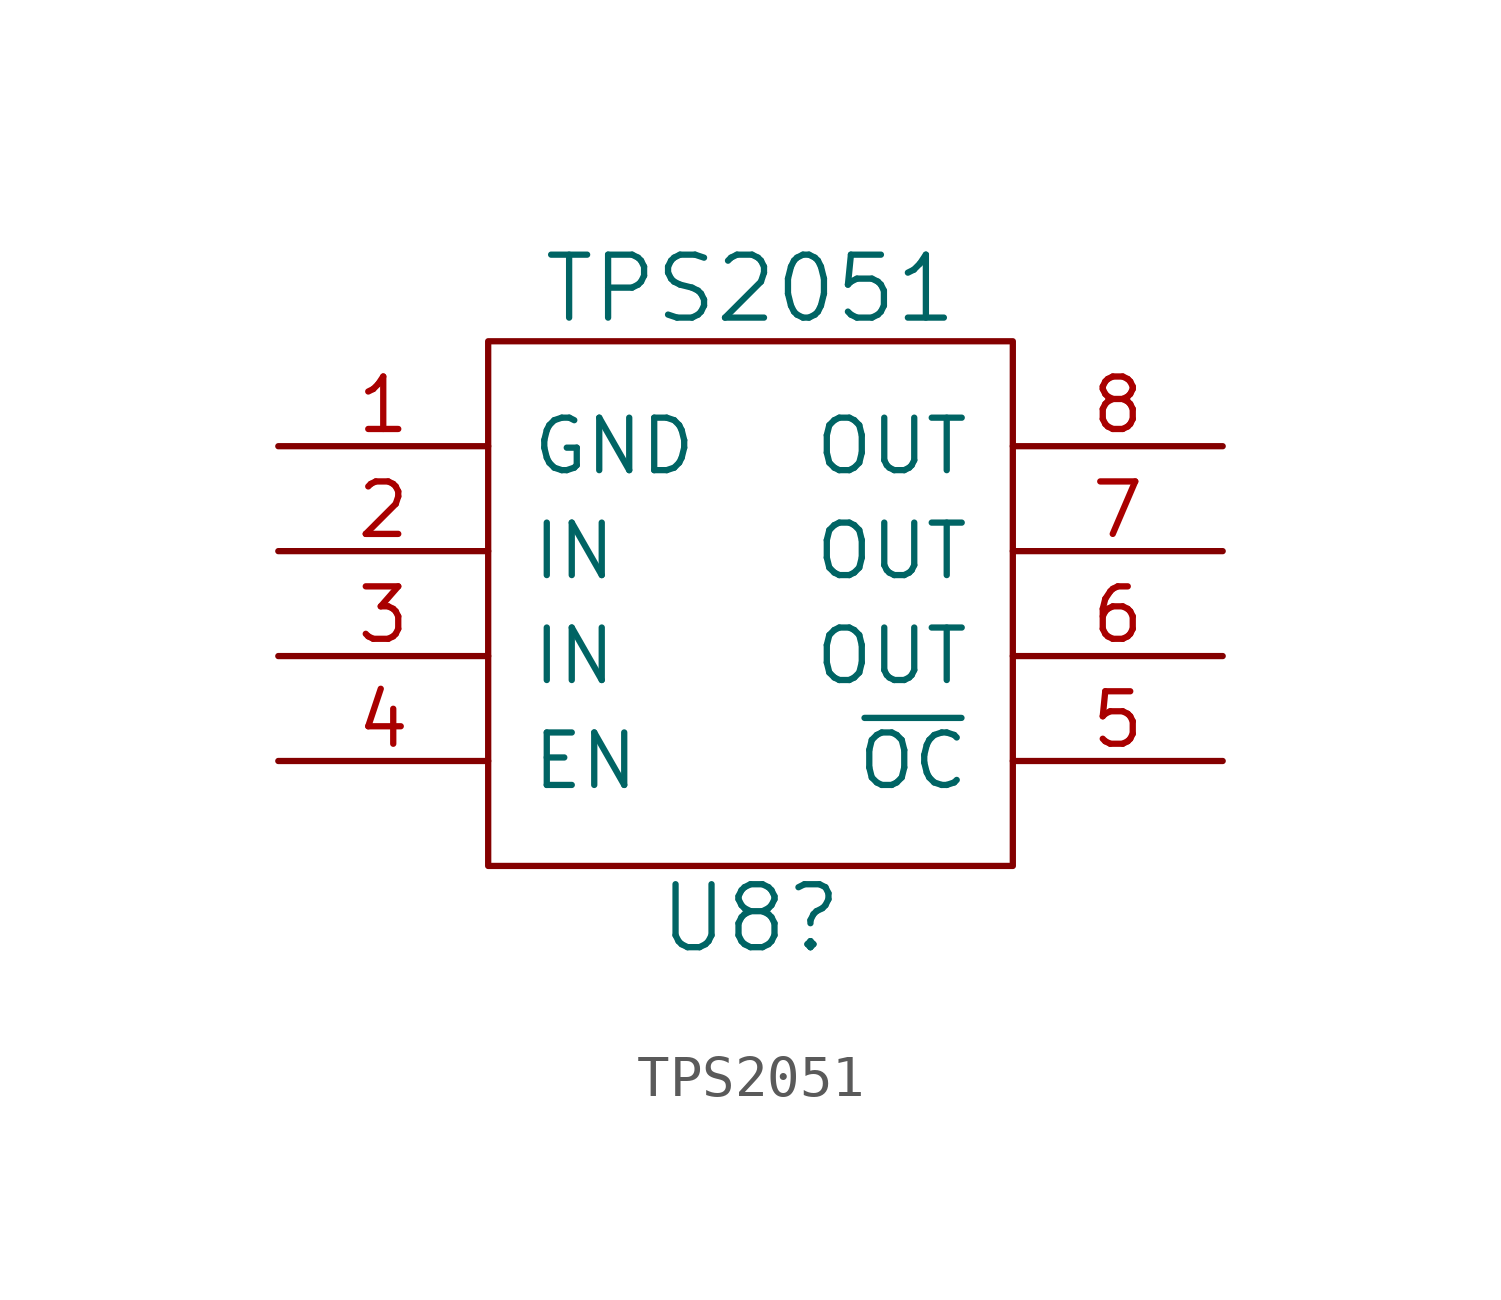
<source format=kicad_sym>
(kicad_symbol_lib
  (version 20211014)
  (generator kicad_symbol_editor)
  (symbol "TPS2051"
    (pin_names
      (offset 1.016))
    (property "Reference" "U8"
      (at 0 -7.62 0)
      (effects (font (size 1.524 1.524))))
    (property "Value" "TPS2051"
      (at 0 7.62 0)
      (effects (font (size 1.524 1.524))))
    (symbol "TPS2051_0_1"
      (rectangle (start -6.35 6.35) (end 6.35 -6.35) (stroke (width 0) (type default) (color 0 0 0 0)) (fill (type none))))
    (symbol "TPS2051_1_1"
      (pin power_in line (at -11.43 3.81 0) (length 5.08) (name "GND" (effects (font (size 1.27 1.27)))) (number "1" (effects (font (size 1.27 1.27)))))
      (pin power_in line (at -11.43 1.27 0) (length 5.08) (name "IN" (effects (font (size 1.27 1.27)))) (number "2" (effects (font (size 1.27 1.27)))))
      (pin passive line (at -11.43 -1.27 0) (length 5.08) (name "IN" (effects (font (size 1.27 1.27)))) (number "3" (effects (font (size 1.27 1.27)))))
      (pin input line (at -11.43 -3.81 0) (length 5.08) (name "EN" (effects (font (size 1.27 1.27)))) (number "4" (effects (font (size 1.27 1.27)))))
      (pin output line (at 11.43 -3.81 180) (length 5.08) (name "~{OC}" (effects (font (size 1.27 1.27)))) (number "5" (effects (font (size 1.27 1.27)))))
      (pin passive line (at 11.43 -1.27 180) (length 5.08) (name "OUT" (effects (font (size 1.27 1.27)))) (number "6" (effects (font (size 1.27 1.27)))))
      (pin passive line (at 11.43 1.27 180) (length 5.08) (name "OUT" (effects (font (size 1.27 1.27)))) (number "7" (effects (font (size 1.27 1.27)))))
      (pin power_out line (at 11.43 3.81 180) (length 5.08) (name "OUT" (effects (font (size 1.27 1.27)))) (number "8" (effects (font (size 1.27 1.27))))))))
</source>
